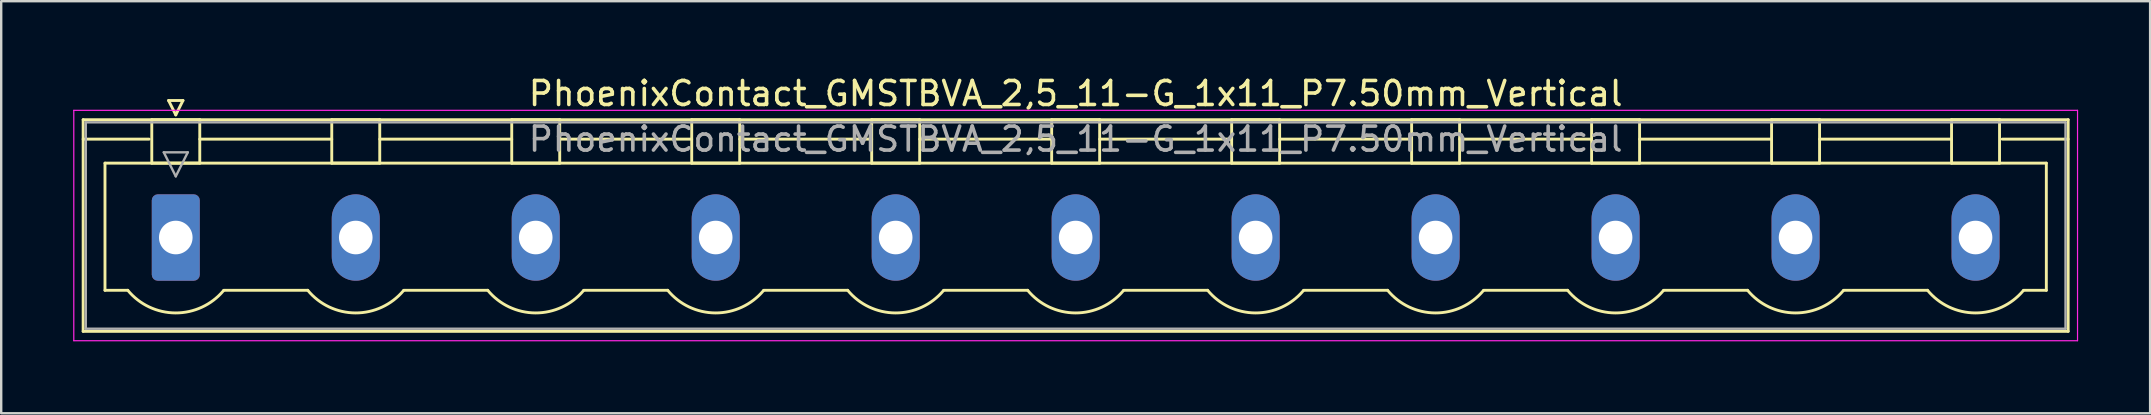
<source format=kicad_pcb>
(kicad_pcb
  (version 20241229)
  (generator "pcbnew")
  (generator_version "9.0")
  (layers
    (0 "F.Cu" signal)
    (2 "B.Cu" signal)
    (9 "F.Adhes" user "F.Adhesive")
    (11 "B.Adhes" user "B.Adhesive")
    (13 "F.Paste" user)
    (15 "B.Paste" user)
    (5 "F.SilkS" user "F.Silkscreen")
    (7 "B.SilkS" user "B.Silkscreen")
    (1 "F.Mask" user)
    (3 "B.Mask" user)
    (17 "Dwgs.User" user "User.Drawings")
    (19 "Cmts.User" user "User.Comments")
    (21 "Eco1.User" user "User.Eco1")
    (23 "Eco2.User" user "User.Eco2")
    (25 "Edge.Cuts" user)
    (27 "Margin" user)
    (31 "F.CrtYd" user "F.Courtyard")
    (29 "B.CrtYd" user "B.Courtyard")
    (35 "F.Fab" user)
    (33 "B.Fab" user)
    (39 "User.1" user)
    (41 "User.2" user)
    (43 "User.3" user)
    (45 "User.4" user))
  (footprint "PhoenixContact_GMSTBVA_2,5_11-G_1x11_P7.50mm_Vertical"
    (layer "F.Cu")
    (at 4.275 6.848)
    (property "Reference" "PhoenixContact_GMSTBVA_2,5_11-G_1x11_P7.50mm_Vertical" (at 37.5 -6 0) (layer "F.SilkS") (effects (font (size 1 1) (thickness 0.15))))
    (attr through_hole)
    (fp_line (start -3.86 -4.91) (end -3.86 3.91) (stroke (width 0.12) (type solid)) (layer "F.SilkS"))
    (fp_line (start -3.86 -4.1) (end -1.11 -4.1) (stroke (width 0.12) (type solid)) (layer "F.SilkS"))
    (fp_line (start -3.86 3.91) (end 78.86 3.91) (stroke (width 0.12) (type solid)) (layer "F.SilkS"))
    (fp_line (start -2.95 -3.1) (end 77.95 -3.1) (stroke (width 0.12) (type solid)) (layer "F.SilkS"))
    (fp_line (start -2.95 2.2) (end -2.95 -3.1) (stroke (width 0.12) (type solid)) (layer "F.SilkS"))
    (fp_line (start -2 2.2) (end -2.95 2.2) (stroke (width 0.12) (type solid)) (layer "F.SilkS"))
    (fp_line (start -1 -4.91) (end 1 -4.91) (stroke (width 0.12) (type solid)) (layer "F.SilkS"))
    (fp_line (start -1 -3.1) (end -1 -4.91) (stroke (width 0.12) (type solid)) (layer "F.SilkS"))
    (fp_line (start -0.3 -5.71) (end 0.3 -5.71) (stroke (width 0.12) (type solid)) (layer "F.SilkS"))
    (fp_line (start 0 -5.11) (end -0.3 -5.71) (stroke (width 0.12) (type solid)) (layer "F.SilkS"))
    (fp_line (start 0.3 -5.71) (end 0 -5.11) (stroke (width 0.12) (type solid)) (layer "F.SilkS"))
    (fp_line (start 1 -4.91) (end 1 -3.1) (stroke (width 0.12) (type solid)) (layer "F.SilkS"))
    (fp_line (start 1 -4.1) (end 6.5 -4.1) (stroke (width 0.12) (type solid)) (layer "F.SilkS"))
    (fp_line (start 1 -3.1) (end -1 -3.1) (stroke (width 0.12) (type solid)) (layer "F.SilkS"))
    (fp_line (start 2 2.2) (end 5.5 2.2) (stroke (width 0.12) (type solid)) (layer "F.SilkS"))
    (fp_line (start 6.5 -4.91) (end 8.5 -4.91) (stroke (width 0.12) (type solid)) (layer "F.SilkS"))
    (fp_line (start 6.5 -3.1) (end 6.5 -4.91) (stroke (width 0.12) (type solid)) (layer "F.SilkS"))
    (fp_line (start 8.5 -4.91) (end 8.5 -3.1) (stroke (width 0.12) (type solid)) (layer "F.SilkS"))
    (fp_line (start 8.5 -4.1) (end 14 -4.1) (stroke (width 0.12) (type solid)) (layer "F.SilkS"))
    (fp_line (start 8.5 -3.1) (end 6.5 -3.1) (stroke (width 0.12) (type solid)) (layer "F.SilkS"))
    (fp_line (start 9.5 2.2) (end 13 2.2) (stroke (width 0.12) (type solid)) (layer "F.SilkS"))
    (fp_line (start 14 -4.91) (end 16 -4.91) (stroke (width 0.12) (type solid)) (layer "F.SilkS"))
    (fp_line (start 14 -3.1) (end 14 -4.91) (stroke (width 0.12) (type solid)) (layer "F.SilkS"))
    (fp_line (start 16 -4.91) (end 16 -3.1) (stroke (width 0.12) (type solid)) (layer "F.SilkS"))
    (fp_line (start 16 -4.1) (end 21.5 -4.1) (stroke (width 0.12) (type solid)) (layer "F.SilkS"))
    (fp_line (start 16 -3.1) (end 14 -3.1) (stroke (width 0.12) (type solid)) (layer "F.SilkS"))
    (fp_line (start 17 2.2) (end 20.5 2.2) (stroke (width 0.12) (type solid)) (layer "F.SilkS"))
    (fp_line (start 21.5 -4.91) (end 23.5 -4.91) (stroke (width 0.12) (type solid)) (layer "F.SilkS"))
    (fp_line (start 21.5 -3.1) (end 21.5 -4.91) (stroke (width 0.12) (type solid)) (layer "F.SilkS"))
    (fp_line (start 23.5 -4.91) (end 23.5 -3.1) (stroke (width 0.12) (type solid)) (layer "F.SilkS"))
    (fp_line (start 23.5 -4.1) (end 29 -4.1) (stroke (width 0.12) (type solid)) (layer "F.SilkS"))
    (fp_line (start 23.5 -3.1) (end 21.5 -3.1) (stroke (width 0.12) (type solid)) (layer "F.SilkS"))
    (fp_line (start 24.5 2.2) (end 28 2.2) (stroke (width 0.12) (type solid)) (layer "F.SilkS"))
    (fp_line (start 29 -4.91) (end 31 -4.91) (stroke (width 0.12) (type solid)) (layer "F.SilkS"))
    (fp_line (start 29 -3.1) (end 29 -4.91) (stroke (width 0.12) (type solid)) (layer "F.SilkS"))
    (fp_line (start 31 -4.91) (end 31 -3.1) (stroke (width 0.12) (type solid)) (layer "F.SilkS"))
    (fp_line (start 31 -4.1) (end 36.5 -4.1) (stroke (width 0.12) (type solid)) (layer "F.SilkS"))
    (fp_line (start 31 -3.1) (end 29 -3.1) (stroke (width 0.12) (type solid)) (layer "F.SilkS"))
    (fp_line (start 32 2.2) (end 35.5 2.2) (stroke (width 0.12) (type solid)) (layer "F.SilkS"))
    (fp_line (start 36.5 -4.91) (end 38.5 -4.91) (stroke (width 0.12) (type solid)) (layer "F.SilkS"))
    (fp_line (start 36.5 -3.1) (end 36.5 -4.91) (stroke (width 0.12) (type solid)) (layer "F.SilkS"))
    (fp_line (start 38.5 -4.91) (end 38.5 -3.1) (stroke (width 0.12) (type solid)) (layer "F.SilkS"))
    (fp_line (start 38.5 -4.1) (end 44 -4.1) (stroke (width 0.12) (type solid)) (layer "F.SilkS"))
    (fp_line (start 38.5 -3.1) (end 36.5 -3.1) (stroke (width 0.12) (type solid)) (layer "F.SilkS"))
    (fp_line (start 39.5 2.2) (end 43 2.2) (stroke (width 0.12) (type solid)) (layer "F.SilkS"))
    (fp_line (start 44 -4.91) (end 46 -4.91) (stroke (width 0.12) (type solid)) (layer "F.SilkS"))
    (fp_line (start 44 -3.1) (end 44 -4.91) (stroke (width 0.12) (type solid)) (layer "F.SilkS"))
    (fp_line (start 46 -4.91) (end 46 -3.1) (stroke (width 0.12) (type solid)) (layer "F.SilkS"))
    (fp_line (start 46 -4.1) (end 51.5 -4.1) (stroke (width 0.12) (type solid)) (layer "F.SilkS"))
    (fp_line (start 46 -3.1) (end 44 -3.1) (stroke (width 0.12) (type solid)) (layer "F.SilkS"))
    (fp_line (start 47 2.2) (end 50.5 2.2) (stroke (width 0.12) (type solid)) (layer "F.SilkS"))
    (fp_line (start 51.5 -4.91) (end 53.5 -4.91) (stroke (width 0.12) (type solid)) (layer "F.SilkS"))
    (fp_line (start 51.5 -3.1) (end 51.5 -4.91) (stroke (width 0.12) (type solid)) (layer "F.SilkS"))
    (fp_line (start 53.5 -4.91) (end 53.5 -3.1) (stroke (width 0.12) (type solid)) (layer "F.SilkS"))
    (fp_line (start 53.5 -4.1) (end 59 -4.1) (stroke (width 0.12) (type solid)) (layer "F.SilkS"))
    (fp_line (start 53.5 -3.1) (end 51.5 -3.1) (stroke (width 0.12) (type solid)) (layer "F.SilkS"))
    (fp_line (start 54.5 2.2) (end 58 2.2) (stroke (width 0.12) (type solid)) (layer "F.SilkS"))
    (fp_line (start 59 -4.91) (end 61 -4.91) (stroke (width 0.12) (type solid)) (layer "F.SilkS"))
    (fp_line (start 59 -3.1) (end 59 -4.91) (stroke (width 0.12) (type solid)) (layer "F.SilkS"))
    (fp_line (start 61 -4.91) (end 61 -3.1) (stroke (width 0.12) (type solid)) (layer "F.SilkS"))
    (fp_line (start 61 -4.1) (end 66.5 -4.1) (stroke (width 0.12) (type solid)) (layer "F.SilkS"))
    (fp_line (start 61 -3.1) (end 59 -3.1) (stroke (width 0.12) (type solid)) (layer "F.SilkS"))
    (fp_line (start 62 2.2) (end 65.5 2.2) (stroke (width 0.12) (type solid)) (layer "F.SilkS"))
    (fp_line (start 66.5 -4.91) (end 68.5 -4.91) (stroke (width 0.12) (type solid)) (layer "F.SilkS"))
    (fp_line (start 66.5 -3.1) (end 66.5 -4.91) (stroke (width 0.12) (type solid)) (layer "F.SilkS"))
    (fp_line (start 68.5 -4.91) (end 68.5 -3.1) (stroke (width 0.12) (type solid)) (layer "F.SilkS"))
    (fp_line (start 68.5 -4.1) (end 74 -4.1) (stroke (width 0.12) (type solid)) (layer "F.SilkS"))
    (fp_line (start 68.5 -3.1) (end 66.5 -3.1) (stroke (width 0.12) (type solid)) (layer "F.SilkS"))
    (fp_line (start 69.5 2.2) (end 73 2.2) (stroke (width 0.12) (type solid)) (layer "F.SilkS"))
    (fp_line (start 74 -4.91) (end 76 -4.91) (stroke (width 0.12) (type solid)) (layer "F.SilkS"))
    (fp_line (start 74 -3.1) (end 74 -4.91) (stroke (width 0.12) (type solid)) (layer "F.SilkS"))
    (fp_line (start 76 -4.91) (end 76 -3.1) (stroke (width 0.12) (type solid)) (layer "F.SilkS"))
    (fp_line (start 76 -3.1) (end 74 -3.1) (stroke (width 0.12) (type solid)) (layer "F.SilkS"))
    (fp_line (start 77.95 -3.1) (end 77.95 2.2) (stroke (width 0.12) (type solid)) (layer "F.SilkS"))
    (fp_line (start 77.95 2.2) (end 77 2.2) (stroke (width 0.12) (type solid)) (layer "F.SilkS"))
    (fp_line (start 78.86 -4.91) (end -3.86 -4.91) (stroke (width 0.12) (type solid)) (layer "F.SilkS"))
    (fp_line (start 78.86 -4.1) (end 76.11 -4.1) (stroke (width 0.12) (type solid)) (layer "F.SilkS"))
    (fp_line (start 78.86 3.91) (end 78.86 -4.91) (stroke (width 0.12) (type solid)) (layer "F.SilkS"))
    (fp_arc (start 1.986842 2.215821) (mid -0.010289 3.142758) (end -2 2.2) (stroke (width 0.12) (type solid)) (layer "F.SilkS"))
    (fp_arc (start 9.486842 2.215821) (mid 7.489711 3.142758) (end 5.5 2.2) (stroke (width 0.12) (type solid)) (layer "F.SilkS"))
    (fp_arc (start 16.986842 2.215821) (mid 14.989711 3.142758) (end 13 2.2) (stroke (width 0.12) (type solid)) (layer "F.SilkS"))
    (fp_arc (start 24.486842 2.215821) (mid 22.489711 3.142758) (end 20.5 2.2) (stroke (width 0.12) (type solid)) (layer "F.SilkS"))
    (fp_arc (start 31.986842 2.215821) (mid 29.989711 3.142758) (end 28 2.2) (stroke (width 0.12) (type solid)) (layer "F.SilkS"))
    (fp_arc (start 39.486842 2.215821) (mid 37.489711 3.142758) (end 35.5 2.2) (stroke (width 0.12) (type solid)) (layer "F.SilkS"))
    (fp_arc (start 46.986842 2.215821) (mid 44.989711 3.142758) (end 43 2.2) (stroke (width 0.12) (type solid)) (layer "F.SilkS"))
    (fp_arc (start 54.486842 2.215821) (mid 52.489711 3.142758) (end 50.5 2.2) (stroke (width 0.12) (type solid)) (layer "F.SilkS"))
    (fp_arc (start 61.986842 2.215821) (mid 59.989711 3.142758) (end 58 2.2) (stroke (width 0.12) (type solid)) (layer "F.SilkS"))
    (fp_arc (start 69.486842 2.215821) (mid 67.489711 3.142758) (end 65.5 2.2) (stroke (width 0.12) (type solid)) (layer "F.SilkS"))
    (fp_arc (start 76.986842 2.215821) (mid 74.989711 3.142758) (end 73 2.2) (stroke (width 0.12) (type solid)) (layer "F.SilkS"))
    (fp_line (start -4.25 -5.3) (end -4.25 4.3) (stroke (width 0.05) (type solid)) (layer "F.CrtYd"))
    (fp_line (start -4.25 4.3) (end 79.25 4.3) (stroke (width 0.05) (type solid)) (layer "F.CrtYd"))
    (fp_line (start 79.25 -5.3) (end -4.25 -5.3) (stroke (width 0.05) (type solid)) (layer "F.CrtYd"))
    (fp_line (start 79.25 4.3) (end 79.25 -5.3) (stroke (width 0.05) (type solid)) (layer "F.CrtYd"))
    (fp_line (start -3.75 -4.8) (end -3.75 3.8) (stroke (width 0.1) (type solid)) (layer "F.Fab"))
    (fp_line (start -3.75 3.8) (end 78.75 3.8) (stroke (width 0.1) (type solid)) (layer "F.Fab"))
    (fp_line (start -0.5 -3.55) (end 0.5 -3.55) (stroke (width 0.1) (type solid)) (layer "F.Fab"))
    (fp_line (start 0 -2.55) (end -0.5 -3.55) (stroke (width 0.1) (type solid)) (layer "F.Fab"))
    (fp_line (start 0.5 -3.55) (end 0 -2.55) (stroke (width 0.1) (type solid)) (layer "F.Fab"))
    (fp_line (start 78.75 -4.8) (end -3.75 -4.8) (stroke (width 0.1) (type solid)) (layer "F.Fab"))
    (fp_line (start 78.75 3.8) (end 78.75 -4.8) (stroke (width 0.1) (type solid)) (layer "F.Fab"))
    (fp_text user "${REFERENCE}" (at 37.5 -4.1 0) (layer "F.Fab") (effects (font (size 1 1) (thickness 0.15))))
    (pad "1" thru_hole roundrect (at 0 0) (size 2 3.6) (drill 1.4) (layers "*.Cu" "*.Mask") (roundrect_rratio 0.125))
    (pad "2" thru_hole oval (at 7.5 0) (size 2 3.6) (drill 1.4) (layers "*.Cu" "*.Mask"))
    (pad "3" thru_hole oval (at 15 0) (size 2 3.6) (drill 1.4) (layers "*.Cu" "*.Mask"))
    (pad "4" thru_hole oval (at 22.5 0) (size 2 3.6) (drill 1.4) (layers "*.Cu" "*.Mask"))
    (pad "5" thru_hole oval (at 30 0) (size 2 3.6) (drill 1.4) (layers "*.Cu" "*.Mask"))
    (pad "6" thru_hole oval (at 37.5 0) (size 2 3.6) (drill 1.4) (layers "*.Cu" "*.Mask"))
    (pad "7" thru_hole oval (at 45 0) (size 2 3.6) (drill 1.4) (layers "*.Cu" "*.Mask"))
    (pad "8" thru_hole oval (at 52.5 0) (size 2 3.6) (drill 1.4) (layers "*.Cu" "*.Mask"))
    (pad "9" thru_hole oval (at 60 0) (size 2 3.6) (drill 1.4) (layers "*.Cu" "*.Mask"))
    (pad "10" thru_hole oval (at 67.5 0) (size 2 3.6) (drill 1.4) (layers "*.Cu" "*.Mask"))
    (pad "11" thru_hole oval (at 75 0) (size 2 3.6) (drill 1.4) (layers "*.Cu" "*.Mask")))
  (gr_rect
    (start -3 -3)
    (end 86.55 14.173)
    (stroke (width 0.1) (type default))
    (fill no)
    (layer "Edge.Cuts")))
</source>
